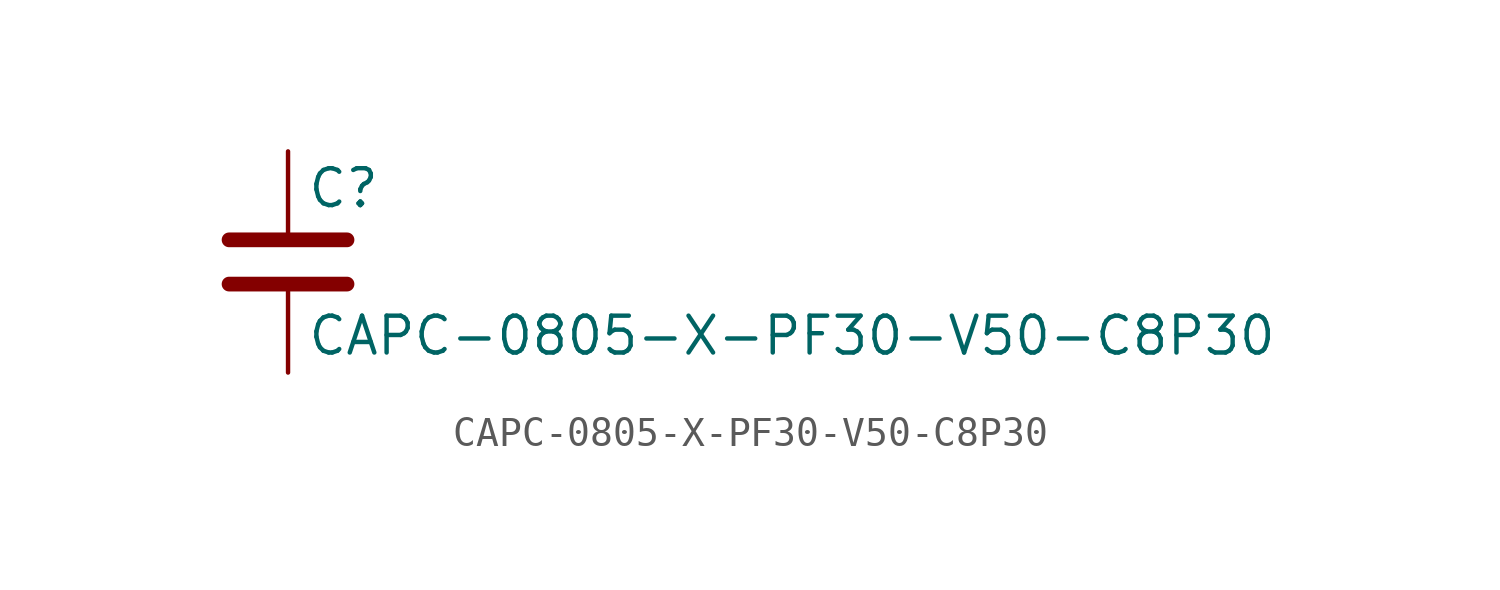
<source format=kicad_sym>
(kicad_symbol_lib
  (version 20211014)
  (generator kicad_symbol_editor)
  (symbol "CAPC-0805-X-PF30-V50-C8P30"
    (pin_numbers hide)
    (pin_names
      (offset 0.254))
    (property "Reference" "C"
      (at 0.635 2.54 0)
      (effects (font (size 1.27 1.27)) (justify left)))
    (property "Value" "CAPC-0805-X-PF30-V50-C8P30"
      (at 0.635 -2.54 0)
      (effects (font (size 1.27 1.27)) (justify left)))
    (symbol "CAPC-0805-X-PF30-V50-C8P30_0_1"
      (polyline (pts (xy -2.032 -0.762) (xy 2.032 -0.762)) (stroke (width 0.508) (type default) (color 0 0 0 0)) (fill (type none)))
      (polyline (pts (xy -2.032 0.762) (xy 2.032 0.762)) (stroke (width 0.508) (type default) (color 0 0 0 0)) (fill (type none))))
    (symbol "CAPC-0805-X-PF30-V50-C8P30_1_1"
      (pin passive line (at 0 3.81 270) (length 2.794) (name "~" (effects (font (size 1.27 1.27)))) (number "1" (effects (font (size 1.27 1.27)))))
      (pin passive line (at 0 -3.81 90) (length 2.794) (name "~" (effects (font (size 1.27 1.27)))) (number "2" (effects (font (size 1.27 1.27))))))))
</source>
